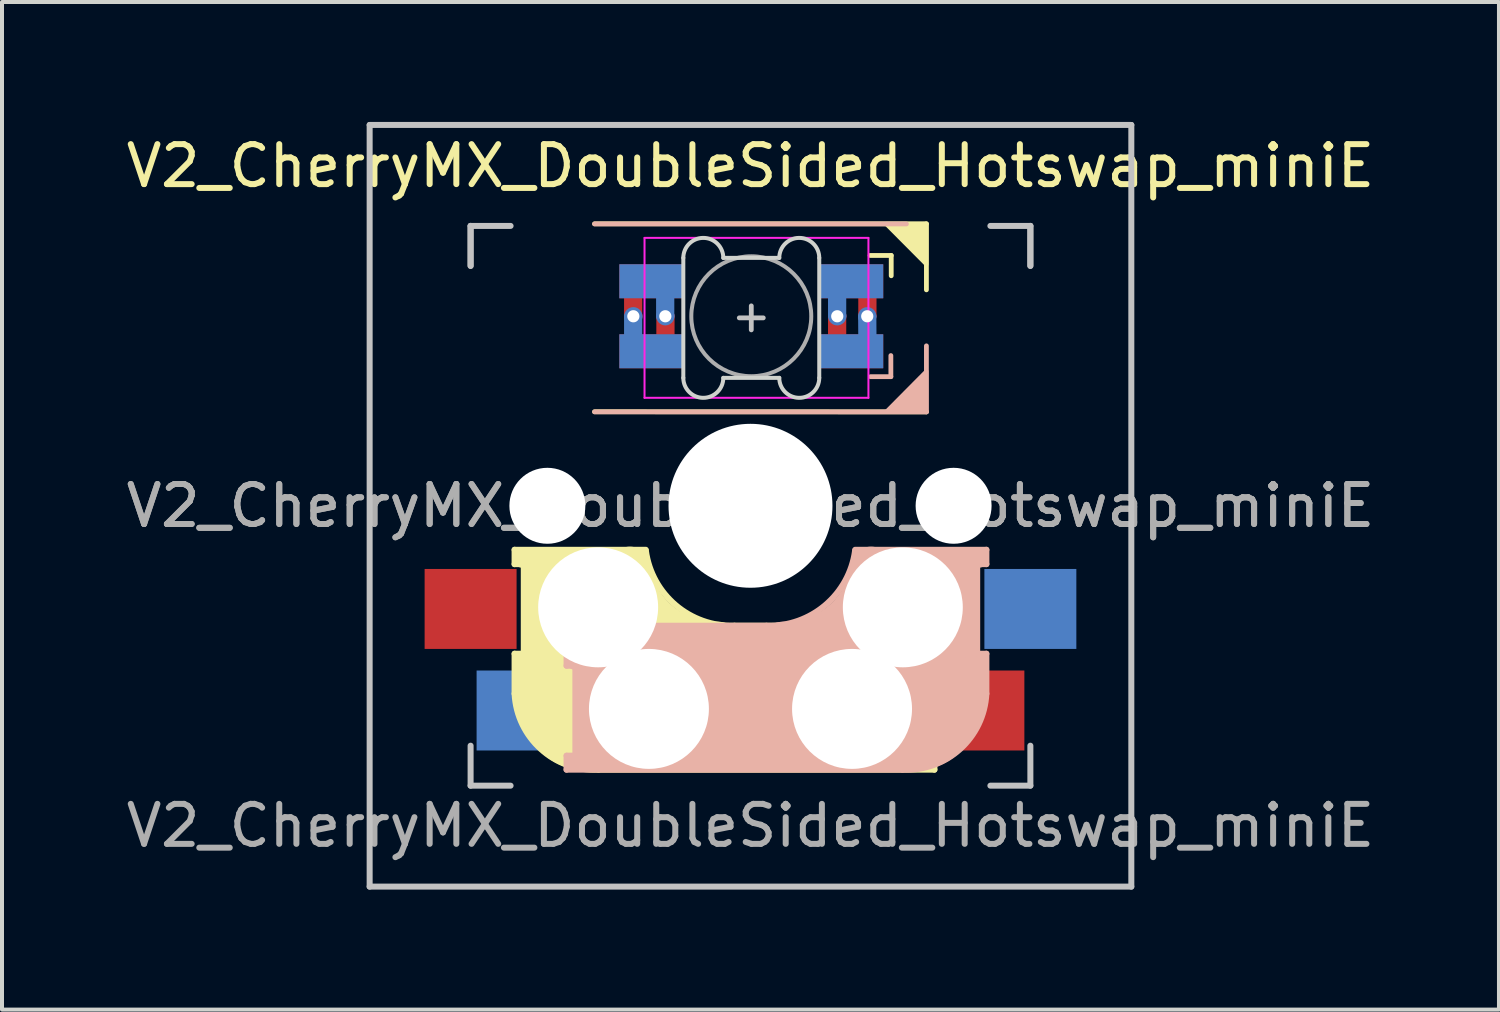
<source format=kicad_pcb>
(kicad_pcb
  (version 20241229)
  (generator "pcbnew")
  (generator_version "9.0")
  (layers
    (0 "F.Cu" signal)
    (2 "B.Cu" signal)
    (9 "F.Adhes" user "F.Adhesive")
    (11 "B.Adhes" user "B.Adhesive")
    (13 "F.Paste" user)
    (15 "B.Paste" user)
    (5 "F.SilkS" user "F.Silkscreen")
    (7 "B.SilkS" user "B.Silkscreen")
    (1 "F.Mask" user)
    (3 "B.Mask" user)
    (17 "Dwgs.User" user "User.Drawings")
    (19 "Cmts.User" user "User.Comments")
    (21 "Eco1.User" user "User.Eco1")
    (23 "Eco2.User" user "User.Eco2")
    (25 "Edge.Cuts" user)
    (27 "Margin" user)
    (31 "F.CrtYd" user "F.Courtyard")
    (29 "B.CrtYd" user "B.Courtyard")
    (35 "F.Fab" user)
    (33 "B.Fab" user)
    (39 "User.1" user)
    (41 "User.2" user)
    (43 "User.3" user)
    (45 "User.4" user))
  (footprint "V2_CherryMX_DoubleSided_Hotswap_miniE"
    (layer "F.Cu")
    (at 15.72 9.6)
    (property "Reference" "V2_CherryMX_DoubleSided_Hotswap_miniE" (at 0 -8.5 180) (layer "F.SilkS") (effects (font (size 1 1) (thickness 0.15))))
    (attr through_hole)
    (fp_poly (pts (xy -3.23 -5.99) (xy -1.73 -5.99) (xy -1.73 -5.24) (xy -3.23 -5.24)) (stroke (width 0.1) (type solid)) (fill yes) (layer "F.Mask"))
    (fp_poly (pts (xy -3.23 -4.24) (xy -1.73 -4.24) (xy -1.73 -3.49) (xy -3.23 -3.49)) (stroke (width 0.1) (type solid)) (fill yes) (layer "F.Mask"))
    (fp_poly (pts (xy 1.77 -4.24) (xy 3.27 -4.24) (xy 3.27 -3.49) (xy 1.77 -3.49)) (stroke (width 0.1) (type solid)) (fill yes) (layer "F.Mask"))
    (fp_poly (pts (xy 1.77 -5.99) (xy 2.87 -5.99) (xy 3.27 -5.59) (xy 3.27 -5.24) (xy 1.77 -5.24)) (stroke (width 0.1) (type solid)) (fill yes) (layer "F.Mask"))
    (fp_poly (pts (xy -3.23 -5.99) (xy -1.73 -5.99) (xy -1.73 -5.24) (xy -3.23 -5.24)) (stroke (width 0.1) (type solid)) (fill yes) (layer "B.Mask"))
    (fp_poly (pts (xy -3.23 -4.24) (xy -1.73 -4.24) (xy -1.73 -3.49) (xy -3.23 -3.49)) (stroke (width 0.1) (type solid)) (fill yes) (layer "B.Mask"))
    (fp_poly (pts (xy 1.77 -5.99) (xy 3.27 -5.99) (xy 3.27 -5.24) (xy 1.77 -5.24)) (stroke (width 0.1) (type solid)) (fill yes) (layer "B.Mask"))
    (fp_poly (pts (xy 1.77 -4.24) (xy 3.27 -4.24) (xy 3.27 -3.915) (xy 2.87 -3.49) (xy 1.77 -3.49)) (stroke (width 0.1) (type solid)) (fill yes) (layer "B.Mask"))
    (fp_line (start -5.9 1.1) (end -5.9 1.46) (stroke (width 0.15) (type solid)) (layer "F.SilkS"))
    (fp_line (start -5.9 1.1) (end -2.62 1.1) (stroke (width 0.15) (type solid)) (layer "F.SilkS"))
    (fp_line (start -5.9 3.7) (end -5.7 3.7) (stroke (width 0.15) (type solid)) (layer "F.SilkS"))
    (fp_line (start -5.9 4.7) (end -5.9 3.7) (stroke (width 0.15) (type solid)) (layer "F.SilkS"))
    (fp_line (start -5.8 3.8) (end -5.8 4.7) (stroke (width 0.3) (type solid)) (layer "F.SilkS"))
    (fp_line (start -5.7 1.3) (end -3 1.3) (stroke (width 0.5) (type solid)) (layer "F.SilkS"))
    (fp_line (start -5.7 1.46) (end -5.9 1.46) (stroke (width 0.15) (type solid)) (layer "F.SilkS"))
    (fp_line (start -5.67 3.7) (end -5.67 1.46) (stroke (width 0.15) (type solid)) (layer "F.SilkS"))
    (fp_line (start -5.3 1.6) (end -5.3 3.4) (stroke (width 0.8) (type solid)) (layer "F.SilkS"))
    (fp_line (start -4.17 5.1) (end -4.17 2.86) (stroke (width 3) (type solid)) (layer "F.SilkS"))
    (fp_line (start -3.9 -7.052) (end 4.4 -7.052) (stroke (width 0.12) (type solid)) (layer "F.SilkS"))
    (fp_line (start -0.4 3) (end 4.6 3) (stroke (width 0.15) (type solid)) (layer "F.SilkS"))
    (fp_line (start 2.6 4.8) (end -4.1 4.8) (stroke (width 3.5) (type solid)) (layer "F.SilkS"))
    (fp_line (start 3.52 -6.261) (end 2.992 -6.261) (stroke (width 0.12) (type solid)) (layer "F.SilkS"))
    (fp_line (start 3.52 -5.753) (end 3.52 -6.261) (stroke (width 0.12) (type solid)) (layer "F.SilkS"))
    (fp_line (start 3.9 6) (end 3.9 3.5) (stroke (width 1) (type solid)) (layer "F.SilkS"))
    (fp_line (start 4.3 3.3) (end 2.9 3.3) (stroke (width 0.5) (type solid)) (layer "F.SilkS"))
    (fp_line (start 4.38 4) (end 4.38 6.25) (stroke (width 0.15) (type solid)) (layer "F.SilkS"))
    (fp_line (start 4.4 -7.052) (end 4.4 -5.401) (stroke (width 0.12) (type solid)) (layer "F.SilkS"))
    (fp_line (start 4.4 -2.349) (end -3.9 -2.352) (stroke (width 0.12) (type solid)) (layer "F.SilkS"))
    (fp_line (start 4.4 3.9) (end 4.4 3.2) (stroke (width 0.4) (type solid)) (layer "F.SilkS"))
    (fp_line (start 4.4 6.25) (end 4.6 6.25) (stroke (width 0.15) (type solid)) (layer "F.SilkS"))
    (fp_line (start 4.4 6.4) (end 3 6.4) (stroke (width 0.4) (type solid)) (layer "F.SilkS"))
    (fp_line (start 4.6 3) (end 4.6 4) (stroke (width 0.15) (type solid)) (layer "F.SilkS"))
    (fp_line (start 4.6 4) (end 4.4 4) (stroke (width 0.15) (type solid)) (layer "F.SilkS"))
    (fp_line (start 4.6 6.25) (end 4.6 6.6) (stroke (width 0.15) (type solid)) (layer "F.SilkS"))
    (fp_line (start 4.6 6.6) (end -3.8 6.6) (stroke (width 0.15) (type solid)) (layer "F.SilkS"))
    (fp_arc (start -3.8 6.600001) (mid -5.243504 6.084925) (end -5.900001 4.7) (stroke (width 0.15) (type solid)) (layer "F.SilkS"))
    (fp_arc (start -0.8 3.4) (mid -2.268709 2.886118) (end -3.016318 1.521471) (stroke (width 1) (type solid)) (layer "F.SilkS"))
    (fp_arc (start -0.4 3) (mid -1.868709 2.486118) (end -2.616318 1.121471) (stroke (width 0.15) (type solid)) (layer "F.SilkS"))
    (fp_poly (pts (xy 3.392 -7.049) (xy 4.4 -7.052) (xy 4.4 -6.036)) (stroke (width 0.1) (type solid)) (fill yes) (layer "F.SilkS"))
    (fp_line (start -4.6 3) (end -4.6 4) (stroke (width 0.15) (type solid)) (layer "B.SilkS"))
    (fp_line (start -4.6 4) (end -4.4 4) (stroke (width 0.15) (type solid)) (layer "B.SilkS"))
    (fp_line (start -4.6 6.25) (end -4.6 6.6) (stroke (width 0.15) (type solid)) (layer "B.SilkS"))
    (fp_line (start -4.6 6.6) (end 3.8 6.6) (stroke (width 0.15) (type solid)) (layer "B.SilkS"))
    (fp_line (start -4.4 3.9) (end -4.4 3.2) (stroke (width 0.4) (type solid)) (layer "B.SilkS"))
    (fp_line (start -4.4 6.25) (end -4.6 6.25) (stroke (width 0.15) (type solid)) (layer "B.SilkS"))
    (fp_line (start -4.4 6.4) (end -3 6.4) (stroke (width 0.4) (type solid)) (layer "B.SilkS"))
    (fp_line (start -4.38 4) (end -4.38 6.25) (stroke (width 0.15) (type solid)) (layer "B.SilkS"))
    (fp_line (start -4.3 3.3) (end -2.9 3.3) (stroke (width 0.5) (type solid)) (layer "B.SilkS"))
    (fp_line (start -3.9 -2.349) (end 4.4 -2.349) (stroke (width 0.12) (type solid)) (layer "B.SilkS"))
    (fp_line (start -3.9 6) (end -3.9 3.5) (stroke (width 1) (type solid)) (layer "B.SilkS"))
    (fp_line (start -2.6 4.8) (end 4.1 4.8) (stroke (width 3.5) (type solid)) (layer "B.SilkS"))
    (fp_line (start 0.4 3) (end -4.6 3) (stroke (width 0.15) (type solid)) (layer "B.SilkS"))
    (fp_line (start 3.003 -3.229) (end 3.511 -3.229) (stroke (width 0.12) (type solid)) (layer "B.SilkS"))
    (fp_line (start 3.511 -3.229) (end 3.511 -3.757) (stroke (width 0.12) (type solid)) (layer "B.SilkS"))
    (fp_line (start 3.9 -7.049) (end -3.9 -7.049) (stroke (width 0.12) (type solid)) (layer "B.SilkS"))
    (fp_line (start 4.17 5.1) (end 4.17 2.86) (stroke (width 3) (type solid)) (layer "B.SilkS"))
    (fp_line (start 4.4 -2.349) (end 4.4 -4) (stroke (width 0.12) (type solid)) (layer "B.SilkS"))
    (fp_line (start 5.3 1.6) (end 5.3 3.4) (stroke (width 0.8) (type solid)) (layer "B.SilkS"))
    (fp_line (start 5.67 3.7) (end 5.67 1.46) (stroke (width 0.15) (type solid)) (layer "B.SilkS"))
    (fp_line (start 5.7 1.3) (end 3 1.3) (stroke (width 0.5) (type solid)) (layer "B.SilkS"))
    (fp_line (start 5.7 1.46) (end 5.9 1.46) (stroke (width 0.15) (type solid)) (layer "B.SilkS"))
    (fp_line (start 5.8 3.8) (end 5.8 4.7) (stroke (width 0.3) (type solid)) (layer "B.SilkS"))
    (fp_line (start 5.9 1.1) (end 2.62 1.1) (stroke (width 0.15) (type solid)) (layer "B.SilkS"))
    (fp_line (start 5.9 1.1) (end 5.9 1.46) (stroke (width 0.15) (type solid)) (layer "B.SilkS"))
    (fp_line (start 5.9 3.7) (end 5.7 3.7) (stroke (width 0.15) (type solid)) (layer "B.SilkS"))
    (fp_line (start 5.9 4.7) (end 5.9 3.7) (stroke (width 0.15) (type solid)) (layer "B.SilkS"))
    (fp_arc (start 2.616318 1.121471) (mid 1.868709 2.486118) (end 0.4 3) (stroke (width 0.15) (type solid)) (layer "B.SilkS"))
    (fp_arc (start 3.016318 1.521471) (mid 2.268709 2.886118) (end 0.8 3.4) (stroke (width 1) (type solid)) (layer "B.SilkS"))
    (fp_arc (start 5.9 4.699999) (mid 5.243504 6.084924) (end 3.800001 6.6) (stroke (width 0.15) (type solid)) (layer "B.SilkS"))
    (fp_poly (pts (xy 4.4 -3.365) (xy 4.4 -2.349) (xy 3.392 -2.349)) (stroke (width 0.1) (type solid)) (fill yes) (layer "B.SilkS"))
    (fp_line (start -9.525 -9.525) (end 9.525 -9.525) (stroke (width 0.15) (type solid)) (layer "Dwgs.User"))
    (fp_line (start -9.525 9.525) (end -9.525 -9.525) (stroke (width 0.15) (type solid)) (layer "Dwgs.User"))
    (fp_line (start -7 -7) (end -7 -6) (stroke (width 0.15) (type solid)) (layer "Dwgs.User"))
    (fp_line (start -7 -7) (end -6 -7) (stroke (width 0.15) (type solid)) (layer "Dwgs.User"))
    (fp_line (start -7 -6) (end -7 -7) (stroke (width 0.15) (type solid)) (layer "Dwgs.User"))
    (fp_line (start -7 7) (end -7 6) (stroke (width 0.15) (type solid)) (layer "Dwgs.User"))
    (fp_line (start -7 7) (end -6 7) (stroke (width 0.15) (type solid)) (layer "Dwgs.User"))
    (fp_line (start -0.28 -4.7) (end 0.32 -4.7) (stroke (width 0.12) (type solid)) (layer "Dwgs.User"))
    (fp_line (start 0.02 -4.4) (end 0.02 -5) (stroke (width 0.12) (type solid)) (layer "Dwgs.User"))
    (fp_line (start 7 -7) (end 6 -7) (stroke (width 0.15) (type solid)) (layer "Dwgs.User"))
    (fp_line (start 7 -6) (end 7 -7) (stroke (width 0.15) (type solid)) (layer "Dwgs.User"))
    (fp_line (start 7 -6) (end 7 -7) (stroke (width 0.15) (type solid)) (layer "Dwgs.User"))
    (fp_line (start 7 6) (end 7 7) (stroke (width 0.15) (type solid)) (layer "Dwgs.User"))
    (fp_line (start 7 7) (end 6 7) (stroke (width 0.15) (type solid)) (layer "Dwgs.User"))
    (fp_line (start 9.525 -9.525) (end 9.525 9.525) (stroke (width 0.15) (type solid)) (layer "Dwgs.User"))
    (fp_line (start 9.525 9.525) (end -9.525 9.525) (stroke (width 0.15) (type solid)) (layer "Dwgs.User"))
    (fp_line (start -1.68 -6.2) (end -1.68 -3.2) (stroke (width 0.1) (type solid)) (layer "Edge.Cuts"))
    (fp_line (start -0.68 -6.2) (end 0.72 -6.2) (stroke (width 0.1) (type solid)) (layer "Edge.Cuts"))
    (fp_line (start -0.68 -3.2) (end 0.72 -3.2) (stroke (width 0.1) (type solid)) (layer "Edge.Cuts"))
    (fp_line (start 1.72 -3.2) (end 1.72 -6.2) (stroke (width 0.1) (type solid)) (layer "Edge.Cuts"))
    (fp_arc (start -1.68 -6.2) (mid -1.18 -6.7) (end -0.68 -6.2) (stroke (width 0.1) (type solid)) (layer "Edge.Cuts"))
    (fp_arc (start -0.68 -3.2) (mid -1.18 -2.7) (end -1.68 -3.2) (stroke (width 0.1) (type solid)) (layer "Edge.Cuts"))
    (fp_arc (start 0.72 -6.2) (mid 1.22 -6.7) (end 1.72 -6.2) (stroke (width 0.1) (type solid)) (layer "Edge.Cuts"))
    (fp_arc (start 1.72 -3.2) (mid 1.22 -2.7) (end 0.72 -3.2) (stroke (width 0.1) (type solid)) (layer "Edge.Cuts"))
    (fp_line (start -2.65 -6.7) (end -2.65 -2.7) (stroke (width 0.05) (type solid)) (layer "F.CrtYd"))
    (fp_line (start -2.65 -2.7) (end 2.95 -2.7) (stroke (width 0.05) (type solid)) (layer "F.CrtYd"))
    (fp_line (start 2.95 -6.7) (end -2.65 -6.7) (stroke (width 0.05) (type solid)) (layer "F.CrtYd"))
    (fp_line (start 2.95 -2.7) (end 2.95 -6.7) (stroke (width 0.05) (type solid)) (layer "F.CrtYd"))
    (fp_circle (center 0.02 -4.74) (end 0.02 -6.24) (stroke (width 0.1) (type solid)) (fill no) (layer "F.Fab"))
    (fp_text user "${REFERENCE}" (at 0 0 180) (layer "F.Fab") (effects (font (size 1 1) (thickness 0.15))))
    (fp_text user "${REFERENCE}" (at 0 0 180) (layer "F.Fab") (effects (font (size 1 1) (thickness 0.15))))
    (fp_text user "${REFERENCE}" (at 0 8 180) (layer "F.Fab") (effects (font (size 1 1) (thickness 0.15))))
    (pad "" np_thru_hole circle (at -5.08 0 180) (size 1.9 1.9) (drill 1.9) (layers "*.Cu" "*.Mask"))
    (pad "" np_thru_hole circle (at -3.81 2.54) (size 3 3) (drill 3) (layers "*.Cu" "*.Mask"))
    (pad "" np_thru_hole circle (at -2.54 5.08) (size 3 3) (drill 3) (layers "*.Cu" "*.Mask"))
    (pad "" np_thru_hole circle (at 0 0 270) (size 4.1 4.1) (drill 4.1) (layers "*.Cu" "*.Mask"))
    (pad "" np_thru_hole circle (at 2.54 5.08) (size 3 3) (drill 3) (layers "*.Cu" "*.Mask"))
    (pad "" np_thru_hole circle (at 3.81 2.54) (size 3 3) (drill 3) (layers "*.Cu" "*.Mask"))
    (pad "" np_thru_hole circle (at 5.08 0 180) (size 1.9 1.9) (drill 1.9) (layers "*.Cu" "*.Mask"))
    (pad "1" smd custom (at -2.48 -5.615) (size 1.6 0.85) (layers "B.Cu") (options (anchor rect)) (primitives (gr_poly (pts (xy 0.525 0.896) (xy 0.169 0.896) (xy 0.169 0.325) (xy 0.525 0.325)) (width 0.1) (fill yes))))
    (pad "1" smd custom (at -2.48 -3.865) (size 1.6 0.85) (layers "F.Cu") (options (anchor rect)) (primitives (gr_poly (pts (xy 0.531 -0.275) (xy 0.175 -0.275) (xy 0.175 -0.898) (xy 0.531 -0.898)) (width 0.1) (fill yes))))
    (pad "1" thru_hole circle (at -2.13 -4.74 180) (size 0.457 0.457) (drill 0.305) (layers "*.Cu"))
    (pad "2" thru_hole circle (at -2.93 -4.74 180) (size 0.457 0.457) (drill 0.305) (layers "*.Cu"))
    (pad "2" smd custom (at -2.48 -5.615 180) (size 1.6 0.85) (layers "F.Cu") (options (anchor rect)) (primitives (gr_poly (pts (xy 0.632 -0.296) (xy 0.277 -0.296) (xy 0.277 -0.869) (xy 0.632 -0.869)) (width 0.1) (fill yes))))
    (pad "2" smd custom (at -2.48 -3.865 180) (size 1.6 0.85) (layers "B.Cu") (options (anchor rect)) (primitives (gr_poly (pts (xy 0.632 0.888) (xy 0.277 0.888) (xy 0.277 0.325) (xy 0.632 0.325)) (width 0.1) (fill yes))))
    (pad "3" smd custom (at 2.52 -5.615 180) (size 1.6 0.85) (layers "F.Cu") (options (anchor rect)) (primitives (gr_poly (pts (xy -0.226 -0.354) (xy -0.582 -0.354) (xy -0.582 -0.887) (xy -0.226 -0.887)) (width 0.1) (fill yes))))
    (pad "3" smd custom (at 2.52 -3.865 180) (size 1.6 0.85) (layers "B.Cu") (options (anchor rect)) (primitives (gr_poly (pts (xy -0.222 0.888) (xy -0.578 0.888) (xy -0.582 0.325) (xy -0.226 0.325)) (width 0.1) (fill yes))))
    (pad "3" thru_hole circle (at 2.92 -4.74 180) (size 0.457 0.457) (drill 0.305) (layers "*.Cu"))
    (pad "4" thru_hole circle (at 2.17 -4.74 180) (size 0.457 0.457) (drill 0.305) (layers "*.Cu"))
    (pad "4" smd custom (at 2.52 -5.615) (size 1.6 0.85) (layers "B.Cu") (options (anchor rect)) (primitives (gr_poly (pts (xy -0.175 0.886) (xy -0.531 0.886) (xy -0.531 0.175) (xy -0.175 0.175)) (width 0.1) (fill yes))))
    (pad "4" smd custom (at 2.52 -3.865) (size 1.6 0.85) (layers "F.Cu") (options (anchor rect)) (primitives (gr_poly (pts (xy -0.175 -0.175) (xy -0.531 -0.178) (xy -0.531 -0.903) (xy -0.175 -0.906)) (width 0.1) (fill yes))))
    (pad "5" smd rect (at -5.7 5.12) (size 2.3 2) (layers "B.Cu" "B.Mask" "B.Paste"))
    (pad "5" smd rect (at 5.7 5.12) (size 2.3 2) (layers "F.Cu" "F.Mask" "F.Paste"))
    (pad "6" smd rect (at -7 2.58) (size 2.3 2) (layers "F.Cu" "F.Mask" "F.Paste"))
    (pad "6" smd rect (at 7 2.58) (size 2.3 2) (layers "B.Cu" "B.Mask" "B.Paste")))
  (gr_rect
    (start -3 -3)
    (end 34.44 22.2)
    (stroke (width 0.1) (type default))
    (fill no)
    (layer "Edge.Cuts")))
</source>
